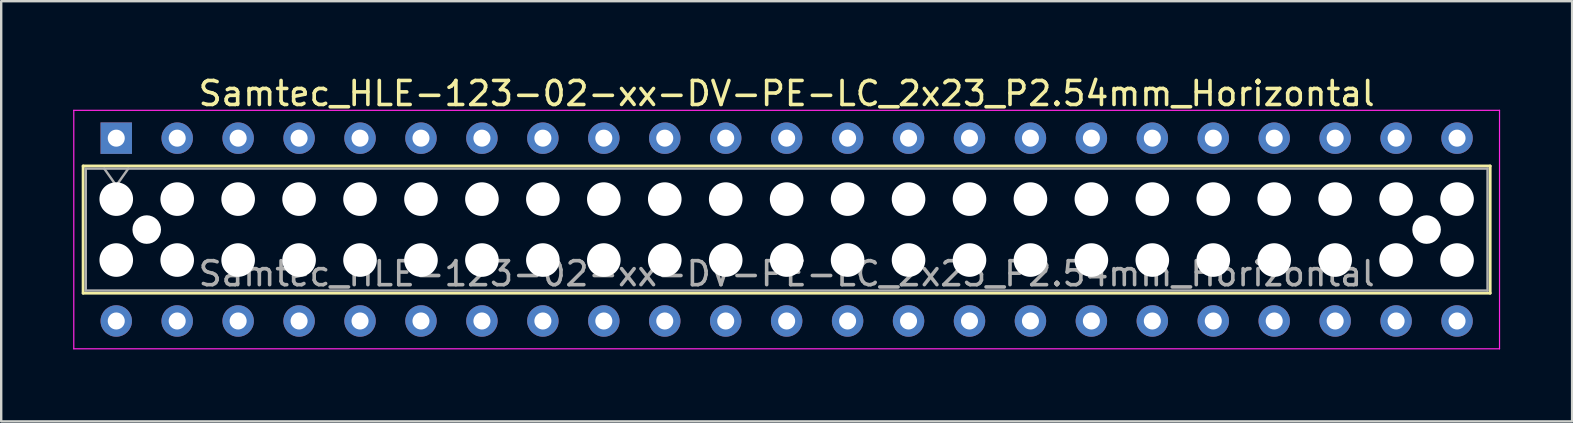
<source format=kicad_pcb>
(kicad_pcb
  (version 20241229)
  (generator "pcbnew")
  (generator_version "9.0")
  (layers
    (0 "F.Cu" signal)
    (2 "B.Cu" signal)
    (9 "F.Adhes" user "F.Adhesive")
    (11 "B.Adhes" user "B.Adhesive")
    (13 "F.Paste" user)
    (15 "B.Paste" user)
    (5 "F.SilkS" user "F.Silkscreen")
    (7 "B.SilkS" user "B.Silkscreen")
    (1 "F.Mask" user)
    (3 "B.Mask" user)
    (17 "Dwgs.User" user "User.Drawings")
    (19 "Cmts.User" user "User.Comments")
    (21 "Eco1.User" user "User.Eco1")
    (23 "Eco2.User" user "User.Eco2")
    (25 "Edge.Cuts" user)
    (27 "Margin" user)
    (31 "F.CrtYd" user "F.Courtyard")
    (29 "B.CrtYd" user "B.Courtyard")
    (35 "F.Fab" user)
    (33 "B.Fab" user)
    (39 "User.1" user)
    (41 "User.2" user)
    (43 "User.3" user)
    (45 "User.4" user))
  (footprint "Samtec_HLE-123-02-xx-DV-PE-LC_2x23_P2.54mm_Horizontal"
    (layer "F.Cu")
    (at 1.795 2.708)
    (property "Reference" "Samtec_HLE-123-02-xx-DV-PE-LC_2x23_P2.54mm_Horizontal" (at 27.94 -1.86 0) (layer "F.SilkS") (effects (font (size 1 1) (thickness 0.15))))
    (attr through_hole)
    (fp_line (start -1.38 1.16) (end 57.26 1.16) (stroke (width 0.12) (type solid)) (layer "F.SilkS"))
    (fp_line (start -1.38 6.46) (end -1.38 1.16) (stroke (width 0.12) (type solid)) (layer "F.SilkS"))
    (fp_line (start 57.26 1.16) (end 57.26 6.46) (stroke (width 0.12) (type solid)) (layer "F.SilkS"))
    (fp_line (start 57.26 6.46) (end -1.38 6.46) (stroke (width 0.12) (type solid)) (layer "F.SilkS"))
    (fp_line (start -1.77 -1.16) (end 57.65 -1.16) (stroke (width 0.05) (type solid)) (layer "F.CrtYd"))
    (fp_line (start -1.77 8.78) (end -1.77 -1.16) (stroke (width 0.05) (type solid)) (layer "F.CrtYd"))
    (fp_line (start 57.65 -1.16) (end 57.65 8.78) (stroke (width 0.05) (type solid)) (layer "F.CrtYd"))
    (fp_line (start 57.65 8.78) (end -1.77 8.78) (stroke (width 0.05) (type solid)) (layer "F.CrtYd"))
    (fp_line (start -1.27 1.27) (end 57.15 1.27) (stroke (width 0.1) (type solid)) (layer "F.Fab"))
    (fp_line (start -1.27 6.35) (end -1.27 1.27) (stroke (width 0.1) (type solid)) (layer "F.Fab"))
    (fp_line (start -0.5 1.27) (end 0 1.977) (stroke (width 0.1) (type solid)) (layer "F.Fab"))
    (fp_line (start 0 1.977) (end 0.5 1.27) (stroke (width 0.1) (type solid)) (layer "F.Fab"))
    (fp_line (start 57.15 1.27) (end 57.15 6.35) (stroke (width 0.1) (type solid)) (layer "F.Fab"))
    (fp_line (start 57.15 6.35) (end -1.27 6.35) (stroke (width 0.1) (type solid)) (layer "F.Fab"))
    (fp_text user "${REFERENCE}" (at 27.94 5.65 0) (layer "F.Fab") (effects (font (size 1 1) (thickness 0.15))))
    (pad "" np_thru_hole circle (at 0 2.54) (size 1.4 1.4) (drill 1.4) (layers "*.Cu" "*.Mask"))
    (pad "" np_thru_hole circle (at 0 5.08) (size 1.4 1.4) (drill 1.4) (layers "*.Cu" "*.Mask"))
    (pad "" np_thru_hole circle (at 1.27 3.81) (size 1.19 1.19) (drill 1.19) (layers "*.Cu" "*.Mask"))
    (pad "" np_thru_hole circle (at 2.54 2.54) (size 1.4 1.4) (drill 1.4) (layers "*.Cu" "*.Mask"))
    (pad "" np_thru_hole circle (at 2.54 5.08) (size 1.4 1.4) (drill 1.4) (layers "*.Cu" "*.Mask"))
    (pad "" np_thru_hole circle (at 5.08 2.54) (size 1.4 1.4) (drill 1.4) (layers "*.Cu" "*.Mask"))
    (pad "" np_thru_hole circle (at 5.08 5.08) (size 1.4 1.4) (drill 1.4) (layers "*.Cu" "*.Mask"))
    (pad "" np_thru_hole circle (at 7.62 2.54) (size 1.4 1.4) (drill 1.4) (layers "*.Cu" "*.Mask"))
    (pad "" np_thru_hole circle (at 7.62 5.08) (size 1.4 1.4) (drill 1.4) (layers "*.Cu" "*.Mask"))
    (pad "" np_thru_hole circle (at 10.16 2.54) (size 1.4 1.4) (drill 1.4) (layers "*.Cu" "*.Mask"))
    (pad "" np_thru_hole circle (at 10.16 5.08) (size 1.4 1.4) (drill 1.4) (layers "*.Cu" "*.Mask"))
    (pad "" np_thru_hole circle (at 12.7 2.54) (size 1.4 1.4) (drill 1.4) (layers "*.Cu" "*.Mask"))
    (pad "" np_thru_hole circle (at 12.7 5.08) (size 1.4 1.4) (drill 1.4) (layers "*.Cu" "*.Mask"))
    (pad "" np_thru_hole circle (at 15.24 2.54) (size 1.4 1.4) (drill 1.4) (layers "*.Cu" "*.Mask"))
    (pad "" np_thru_hole circle (at 15.24 5.08) (size 1.4 1.4) (drill 1.4) (layers "*.Cu" "*.Mask"))
    (pad "" np_thru_hole circle (at 17.78 2.54) (size 1.4 1.4) (drill 1.4) (layers "*.Cu" "*.Mask"))
    (pad "" np_thru_hole circle (at 17.78 5.08) (size 1.4 1.4) (drill 1.4) (layers "*.Cu" "*.Mask"))
    (pad "" np_thru_hole circle (at 20.32 2.54) (size 1.4 1.4) (drill 1.4) (layers "*.Cu" "*.Mask"))
    (pad "" np_thru_hole circle (at 20.32 5.08) (size 1.4 1.4) (drill 1.4) (layers "*.Cu" "*.Mask"))
    (pad "" np_thru_hole circle (at 22.86 2.54) (size 1.4 1.4) (drill 1.4) (layers "*.Cu" "*.Mask"))
    (pad "" np_thru_hole circle (at 22.86 5.08) (size 1.4 1.4) (drill 1.4) (layers "*.Cu" "*.Mask"))
    (pad "" np_thru_hole circle (at 25.4 2.54) (size 1.4 1.4) (drill 1.4) (layers "*.Cu" "*.Mask"))
    (pad "" np_thru_hole circle (at 25.4 5.08) (size 1.4 1.4) (drill 1.4) (layers "*.Cu" "*.Mask"))
    (pad "" np_thru_hole circle (at 27.94 2.54) (size 1.4 1.4) (drill 1.4) (layers "*.Cu" "*.Mask"))
    (pad "" np_thru_hole circle (at 27.94 5.08) (size 1.4 1.4) (drill 1.4) (layers "*.Cu" "*.Mask"))
    (pad "" np_thru_hole circle (at 30.48 2.54) (size 1.4 1.4) (drill 1.4) (layers "*.Cu" "*.Mask"))
    (pad "" np_thru_hole circle (at 30.48 5.08) (size 1.4 1.4) (drill 1.4) (layers "*.Cu" "*.Mask"))
    (pad "" np_thru_hole circle (at 33.02 2.54) (size 1.4 1.4) (drill 1.4) (layers "*.Cu" "*.Mask"))
    (pad "" np_thru_hole circle (at 33.02 5.08) (size 1.4 1.4) (drill 1.4) (layers "*.Cu" "*.Mask"))
    (pad "" np_thru_hole circle (at 35.56 2.54) (size 1.4 1.4) (drill 1.4) (layers "*.Cu" "*.Mask"))
    (pad "" np_thru_hole circle (at 35.56 5.08) (size 1.4 1.4) (drill 1.4) (layers "*.Cu" "*.Mask"))
    (pad "" np_thru_hole circle (at 38.1 2.54) (size 1.4 1.4) (drill 1.4) (layers "*.Cu" "*.Mask"))
    (pad "" np_thru_hole circle (at 38.1 5.08) (size 1.4 1.4) (drill 1.4) (layers "*.Cu" "*.Mask"))
    (pad "" np_thru_hole circle (at 40.64 2.54) (size 1.4 1.4) (drill 1.4) (layers "*.Cu" "*.Mask"))
    (pad "" np_thru_hole circle (at 40.64 5.08) (size 1.4 1.4) (drill 1.4) (layers "*.Cu" "*.Mask"))
    (pad "" np_thru_hole circle (at 43.18 2.54) (size 1.4 1.4) (drill 1.4) (layers "*.Cu" "*.Mask"))
    (pad "" np_thru_hole circle (at 43.18 5.08) (size 1.4 1.4) (drill 1.4) (layers "*.Cu" "*.Mask"))
    (pad "" np_thru_hole circle (at 45.72 2.54) (size 1.4 1.4) (drill 1.4) (layers "*.Cu" "*.Mask"))
    (pad "" np_thru_hole circle (at 45.72 5.08) (size 1.4 1.4) (drill 1.4) (layers "*.Cu" "*.Mask"))
    (pad "" np_thru_hole circle (at 48.26 2.54) (size 1.4 1.4) (drill 1.4) (layers "*.Cu" "*.Mask"))
    (pad "" np_thru_hole circle (at 48.26 5.08) (size 1.4 1.4) (drill 1.4) (layers "*.Cu" "*.Mask"))
    (pad "" np_thru_hole circle (at 50.8 2.54) (size 1.4 1.4) (drill 1.4) (layers "*.Cu" "*.Mask"))
    (pad "" np_thru_hole circle (at 50.8 5.08) (size 1.4 1.4) (drill 1.4) (layers "*.Cu" "*.Mask"))
    (pad "" np_thru_hole circle (at 53.34 2.54) (size 1.4 1.4) (drill 1.4) (layers "*.Cu" "*.Mask"))
    (pad "" np_thru_hole circle (at 53.34 5.08) (size 1.4 1.4) (drill 1.4) (layers "*.Cu" "*.Mask"))
    (pad "" np_thru_hole circle (at 54.61 3.81) (size 1.19 1.19) (drill 1.19) (layers "*.Cu" "*.Mask"))
    (pad "" np_thru_hole circle (at 55.88 2.54) (size 1.4 1.4) (drill 1.4) (layers "*.Cu" "*.Mask"))
    (pad "" np_thru_hole circle (at 55.88 5.08) (size 1.4 1.4) (drill 1.4) (layers "*.Cu" "*.Mask"))
    (pad "1" thru_hole rect (at 0 0) (size 1.31 1.31) (drill 0.71) (layers "*.Cu" "*.Mask"))
    (pad "2" thru_hole circle (at 0 7.62) (size 1.31 1.31) (drill 0.71) (layers "*.Cu" "*.Mask"))
    (pad "3" thru_hole circle (at 2.54 0) (size 1.31 1.31) (drill 0.71) (layers "*.Cu" "*.Mask"))
    (pad "4" thru_hole circle (at 2.54 7.62) (size 1.31 1.31) (drill 0.71) (layers "*.Cu" "*.Mask"))
    (pad "5" thru_hole circle (at 5.08 0) (size 1.31 1.31) (drill 0.71) (layers "*.Cu" "*.Mask"))
    (pad "6" thru_hole circle (at 5.08 7.62) (size 1.31 1.31) (drill 0.71) (layers "*.Cu" "*.Mask"))
    (pad "7" thru_hole circle (at 7.62 0) (size 1.31 1.31) (drill 0.71) (layers "*.Cu" "*.Mask"))
    (pad "8" thru_hole circle (at 7.62 7.62) (size 1.31 1.31) (drill 0.71) (layers "*.Cu" "*.Mask"))
    (pad "9" thru_hole circle (at 10.16 0) (size 1.31 1.31) (drill 0.71) (layers "*.Cu" "*.Mask"))
    (pad "10" thru_hole circle (at 10.16 7.62) (size 1.31 1.31) (drill 0.71) (layers "*.Cu" "*.Mask"))
    (pad "11" thru_hole circle (at 12.7 0) (size 1.31 1.31) (drill 0.71) (layers "*.Cu" "*.Mask"))
    (pad "12" thru_hole circle (at 12.7 7.62) (size 1.31 1.31) (drill 0.71) (layers "*.Cu" "*.Mask"))
    (pad "13" thru_hole circle (at 15.24 0) (size 1.31 1.31) (drill 0.71) (layers "*.Cu" "*.Mask"))
    (pad "14" thru_hole circle (at 15.24 7.62) (size 1.31 1.31) (drill 0.71) (layers "*.Cu" "*.Mask"))
    (pad "15" thru_hole circle (at 17.78 0) (size 1.31 1.31) (drill 0.71) (layers "*.Cu" "*.Mask"))
    (pad "16" thru_hole circle (at 17.78 7.62) (size 1.31 1.31) (drill 0.71) (layers "*.Cu" "*.Mask"))
    (pad "17" thru_hole circle (at 20.32 0) (size 1.31 1.31) (drill 0.71) (layers "*.Cu" "*.Mask"))
    (pad "18" thru_hole circle (at 20.32 7.62) (size 1.31 1.31) (drill 0.71) (layers "*.Cu" "*.Mask"))
    (pad "19" thru_hole circle (at 22.86 0) (size 1.31 1.31) (drill 0.71) (layers "*.Cu" "*.Mask"))
    (pad "20" thru_hole circle (at 22.86 7.62) (size 1.31 1.31) (drill 0.71) (layers "*.Cu" "*.Mask"))
    (pad "21" thru_hole circle (at 25.4 0) (size 1.31 1.31) (drill 0.71) (layers "*.Cu" "*.Mask"))
    (pad "22" thru_hole circle (at 25.4 7.62) (size 1.31 1.31) (drill 0.71) (layers "*.Cu" "*.Mask"))
    (pad "23" thru_hole circle (at 27.94 0) (size 1.31 1.31) (drill 0.71) (layers "*.Cu" "*.Mask"))
    (pad "24" thru_hole circle (at 27.94 7.62) (size 1.31 1.31) (drill 0.71) (layers "*.Cu" "*.Mask"))
    (pad "25" thru_hole circle (at 30.48 0) (size 1.31 1.31) (drill 0.71) (layers "*.Cu" "*.Mask"))
    (pad "26" thru_hole circle (at 30.48 7.62) (size 1.31 1.31) (drill 0.71) (layers "*.Cu" "*.Mask"))
    (pad "27" thru_hole circle (at 33.02 0) (size 1.31 1.31) (drill 0.71) (layers "*.Cu" "*.Mask"))
    (pad "28" thru_hole circle (at 33.02 7.62) (size 1.31 1.31) (drill 0.71) (layers "*.Cu" "*.Mask"))
    (pad "29" thru_hole circle (at 35.56 0) (size 1.31 1.31) (drill 0.71) (layers "*.Cu" "*.Mask"))
    (pad "30" thru_hole circle (at 35.56 7.62) (size 1.31 1.31) (drill 0.71) (layers "*.Cu" "*.Mask"))
    (pad "31" thru_hole circle (at 38.1 0) (size 1.31 1.31) (drill 0.71) (layers "*.Cu" "*.Mask"))
    (pad "32" thru_hole circle (at 38.1 7.62) (size 1.31 1.31) (drill 0.71) (layers "*.Cu" "*.Mask"))
    (pad "33" thru_hole circle (at 40.64 0) (size 1.31 1.31) (drill 0.71) (layers "*.Cu" "*.Mask"))
    (pad "34" thru_hole circle (at 40.64 7.62) (size 1.31 1.31) (drill 0.71) (layers "*.Cu" "*.Mask"))
    (pad "35" thru_hole circle (at 43.18 0) (size 1.31 1.31) (drill 0.71) (layers "*.Cu" "*.Mask"))
    (pad "36" thru_hole circle (at 43.18 7.62) (size 1.31 1.31) (drill 0.71) (layers "*.Cu" "*.Mask"))
    (pad "37" thru_hole circle (at 45.72 0) (size 1.31 1.31) (drill 0.71) (layers "*.Cu" "*.Mask"))
    (pad "38" thru_hole circle (at 45.72 7.62) (size 1.31 1.31) (drill 0.71) (layers "*.Cu" "*.Mask"))
    (pad "39" thru_hole circle (at 48.26 0) (size 1.31 1.31) (drill 0.71) (layers "*.Cu" "*.Mask"))
    (pad "40" thru_hole circle (at 48.26 7.62) (size 1.31 1.31) (drill 0.71) (layers "*.Cu" "*.Mask"))
    (pad "41" thru_hole circle (at 50.8 0) (size 1.31 1.31) (drill 0.71) (layers "*.Cu" "*.Mask"))
    (pad "42" thru_hole circle (at 50.8 7.62) (size 1.31 1.31) (drill 0.71) (layers "*.Cu" "*.Mask"))
    (pad "43" thru_hole circle (at 53.34 0) (size 1.31 1.31) (drill 0.71) (layers "*.Cu" "*.Mask"))
    (pad "44" thru_hole circle (at 53.34 7.62) (size 1.31 1.31) (drill 0.71) (layers "*.Cu" "*.Mask"))
    (pad "45" thru_hole circle (at 55.88 0) (size 1.31 1.31) (drill 0.71) (layers "*.Cu" "*.Mask"))
    (pad "46" thru_hole circle (at 55.88 7.62) (size 1.31 1.31) (drill 0.71) (layers "*.Cu" "*.Mask")))
  (gr_rect
    (start -3 -3)
    (end 62.47 14.513)
    (stroke (width 0.1) (type default))
    (fill no)
    (layer "Edge.Cuts")))
</source>
